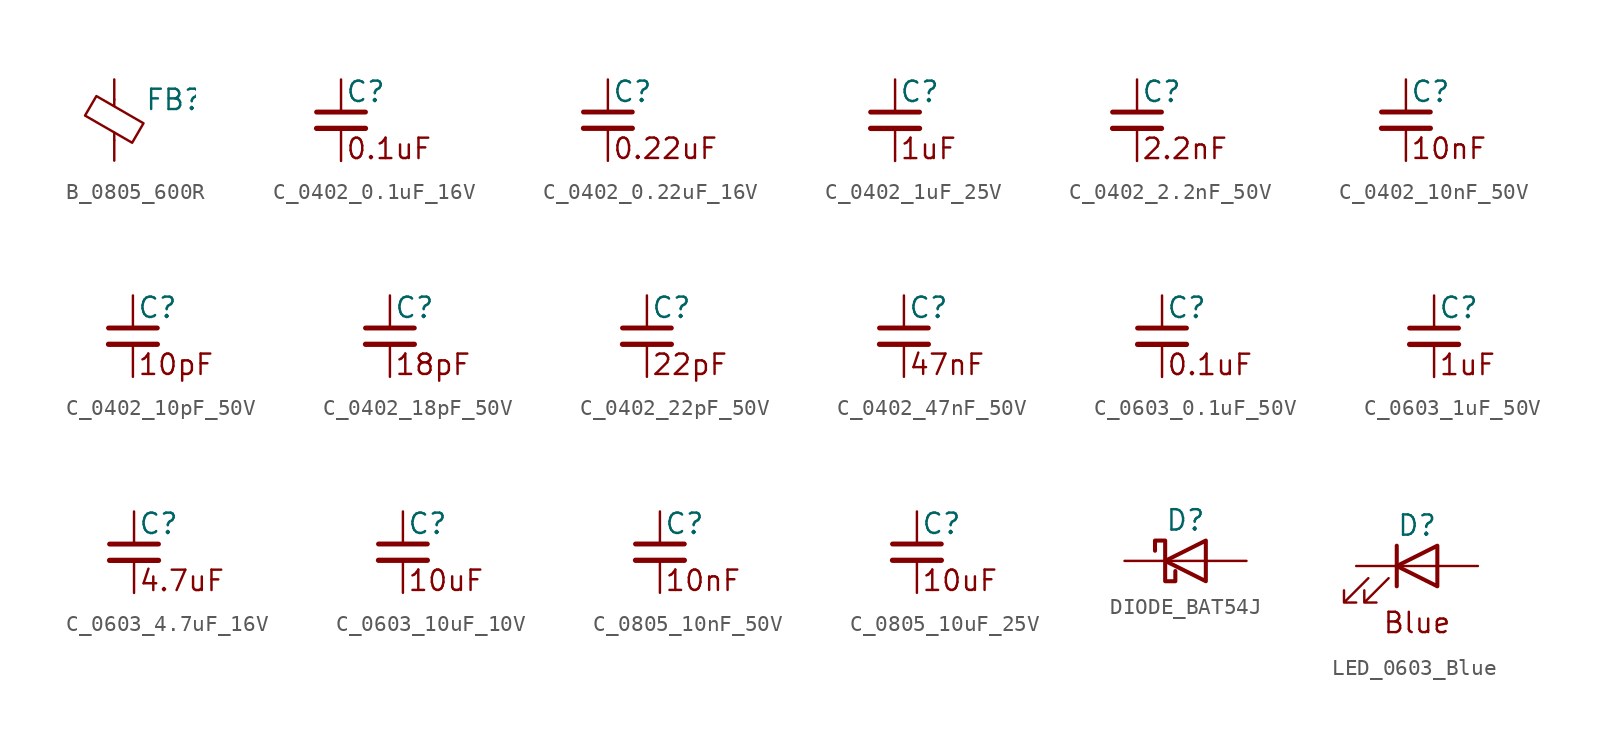
<source format=kicad_sym>
(kicad_symbol_lib
  (version 20211014)
  (generator kicad_symbol_editor)
  (symbol "B_0805_600R"
    (pin_numbers hide)
    (pin_names
      (offset 0))
    (property "Reference" "FB"
      (at 1.905 1.27 0)
      (effects (font (size 1.27 1.27)) (justify left)))
    (symbol "B_0805_600R_0_1"
      (polyline (pts (xy 0 -1.27) (xy 0 -0.787)) (stroke (width 0) (type default) (color 0 0 0 0)) (fill (type none)))
      (polyline (pts (xy 0 0.889) (xy 0 1.295)) (stroke (width 0) (type default) (color 0 0 0 0)) (fill (type none)))
      (polyline (pts (xy -1.829 0.279) (xy -1.118 1.499) (xy 1.829 -0.203) (xy 1.118 -1.422) (xy -1.829 0.279)) (stroke (width 0) (type default) (color 0 0 0 0)) (fill (type none))))
    (symbol "B_0805_600R_1_1"
      (pin passive line (at 0 2.54 270) (length 1.27) (name "~" (effects (font (size 1.27 1.27)))) (number "1" (effects (font (size 1.27 1.27)))))
      (pin passive line (at 0 -2.54 90) (length 1.27) (name "~" (effects (font (size 1.27 1.27)))) (number "2" (effects (font (size 1.27 1.27)))))))
  (symbol "C_0402_0.1uF_16V"
    (pin_numbers hide)
    (pin_names
      (offset 0.254) hide)
    (property "Reference" "C"
      (at 0.254 1.778 0)
      (effects (font (size 1.27 1.27)) (justify left)))
    (symbol "C_0402_0.1uF_16V_0_0"
      (text "0.1uF" (at 0.254 -1.778 0) (effects (font (size 1.27 1.27)) (justify left))))
    (symbol "C_0402_0.1uF_16V_0_1"
      (polyline (pts (xy -1.524 -0.508) (xy 1.524 -0.508)) (stroke (width 0.33) (type default) (color 0 0 0 0)) (fill (type none)))
      (polyline (pts (xy -1.524 0.508) (xy 1.524 0.508)) (stroke (width 0.305) (type default) (color 0 0 0 0)) (fill (type none))))
    (symbol "C_0402_0.1uF_16V_1_1"
      (pin passive line (at 0 2.54 270) (length 2.032) (name "~" (effects (font (size 1.27 1.27)))) (number "1" (effects (font (size 1.27 1.27)))))
      (pin passive line (at 0 -2.54 90) (length 2.032) (name "~" (effects (font (size 1.27 1.27)))) (number "2" (effects (font (size 1.27 1.27)))))))
  (symbol "C_0402_0.22uF_16V"
    (pin_numbers hide)
    (pin_names
      (offset 0.254) hide)
    (property "Reference" "C"
      (at 0.254 1.778 0)
      (effects (font (size 1.27 1.27)) (justify left)))
    (symbol "C_0402_0.22uF_16V_0_0"
      (text "0.22uF" (at 0.254 -1.778 0) (effects (font (size 1.27 1.27)) (justify left))))
    (symbol "C_0402_0.22uF_16V_0_1"
      (polyline (pts (xy -1.524 -0.508) (xy 1.524 -0.508)) (stroke (width 0.33) (type default) (color 0 0 0 0)) (fill (type none)))
      (polyline (pts (xy -1.524 0.508) (xy 1.524 0.508)) (stroke (width 0.305) (type default) (color 0 0 0 0)) (fill (type none))))
    (symbol "C_0402_0.22uF_16V_1_1"
      (pin passive line (at 0 2.54 270) (length 2.032) (name "~" (effects (font (size 1.27 1.27)))) (number "1" (effects (font (size 1.27 1.27)))))
      (pin passive line (at 0 -2.54 90) (length 2.032) (name "~" (effects (font (size 1.27 1.27)))) (number "2" (effects (font (size 1.27 1.27)))))))
  (symbol "C_0402_1uF_25V"
    (pin_numbers hide)
    (pin_names
      (offset 0.254) hide)
    (property "Reference" "C"
      (at 0.254 1.778 0)
      (effects (font (size 1.27 1.27)) (justify left)))
    (symbol "C_0402_1uF_25V_0_0"
      (text "1uF" (at 0.254 -1.778 0) (effects (font (size 1.27 1.27)) (justify left))))
    (symbol "C_0402_1uF_25V_0_1"
      (polyline (pts (xy -1.524 -0.508) (xy 1.524 -0.508)) (stroke (width 0.33) (type default) (color 0 0 0 0)) (fill (type none)))
      (polyline (pts (xy -1.524 0.508) (xy 1.524 0.508)) (stroke (width 0.305) (type default) (color 0 0 0 0)) (fill (type none))))
    (symbol "C_0402_1uF_25V_1_1"
      (pin passive line (at 0 2.54 270) (length 2.032) (name "~" (effects (font (size 1.27 1.27)))) (number "1" (effects (font (size 1.27 1.27)))))
      (pin passive line (at 0 -2.54 90) (length 2.032) (name "~" (effects (font (size 1.27 1.27)))) (number "2" (effects (font (size 1.27 1.27)))))))
  (symbol "C_0402_2.2nF_50V"
    (pin_numbers hide)
    (pin_names
      (offset 0.254) hide)
    (property "Reference" "C"
      (at 0.254 1.778 0)
      (effects (font (size 1.27 1.27)) (justify left)))
    (symbol "C_0402_2.2nF_50V_0_0"
      (text "2.2nF" (at 0.254 -1.778 0) (effects (font (size 1.27 1.27)) (justify left))))
    (symbol "C_0402_2.2nF_50V_0_1"
      (polyline (pts (xy -1.524 -0.508) (xy 1.524 -0.508)) (stroke (width 0.33) (type default) (color 0 0 0 0)) (fill (type none)))
      (polyline (pts (xy -1.524 0.508) (xy 1.524 0.508)) (stroke (width 0.305) (type default) (color 0 0 0 0)) (fill (type none))))
    (symbol "C_0402_2.2nF_50V_1_1"
      (pin passive line (at 0 2.54 270) (length 2.032) (name "~" (effects (font (size 1.27 1.27)))) (number "1" (effects (font (size 1.27 1.27)))))
      (pin passive line (at 0 -2.54 90) (length 2.032) (name "~" (effects (font (size 1.27 1.27)))) (number "2" (effects (font (size 1.27 1.27)))))))
  (symbol "C_0402_10nF_50V"
    (pin_numbers hide)
    (pin_names
      (offset 0.254) hide)
    (property "Reference" "C"
      (at 0.254 1.778 0)
      (effects (font (size 1.27 1.27)) (justify left)))
    (symbol "C_0402_10nF_50V_0_0"
      (text "10nF" (at 0.254 -1.778 0) (effects (font (size 1.27 1.27)) (justify left))))
    (symbol "C_0402_10nF_50V_0_1"
      (polyline (pts (xy -1.524 -0.508) (xy 1.524 -0.508)) (stroke (width 0.33) (type default) (color 0 0 0 0)) (fill (type none)))
      (polyline (pts (xy -1.524 0.508) (xy 1.524 0.508)) (stroke (width 0.305) (type default) (color 0 0 0 0)) (fill (type none))))
    (symbol "C_0402_10nF_50V_1_1"
      (pin passive line (at 0 2.54 270) (length 2.032) (name "~" (effects (font (size 1.27 1.27)))) (number "1" (effects (font (size 1.27 1.27)))))
      (pin passive line (at 0 -2.54 90) (length 2.032) (name "~" (effects (font (size 1.27 1.27)))) (number "2" (effects (font (size 1.27 1.27)))))))
  (symbol "C_0402_10pF_50V"
    (pin_numbers hide)
    (pin_names
      (offset 0.254) hide)
    (property "Reference" "C"
      (at 0.254 1.778 0)
      (effects (font (size 1.27 1.27)) (justify left)))
    (symbol "C_0402_10pF_50V_0_0"
      (text "10pF" (at 0.254 -1.778 0) (effects (font (size 1.27 1.27)) (justify left))))
    (symbol "C_0402_10pF_50V_0_1"
      (polyline (pts (xy -1.524 -0.508) (xy 1.524 -0.508)) (stroke (width 0.33) (type default) (color 0 0 0 0)) (fill (type none)))
      (polyline (pts (xy -1.524 0.508) (xy 1.524 0.508)) (stroke (width 0.305) (type default) (color 0 0 0 0)) (fill (type none))))
    (symbol "C_0402_10pF_50V_1_1"
      (pin passive line (at 0 2.54 270) (length 2.032) (name "~" (effects (font (size 1.27 1.27)))) (number "1" (effects (font (size 1.27 1.27)))))
      (pin passive line (at 0 -2.54 90) (length 2.032) (name "~" (effects (font (size 1.27 1.27)))) (number "2" (effects (font (size 1.27 1.27)))))))
  (symbol "C_0402_18pF_50V"
    (pin_numbers hide)
    (pin_names
      (offset 0.254) hide)
    (property "Reference" "C"
      (at 0.254 1.778 0)
      (effects (font (size 1.27 1.27)) (justify left)))
    (symbol "C_0402_18pF_50V_0_0"
      (text "18pF" (at 0.254 -1.778 0) (effects (font (size 1.27 1.27)) (justify left))))
    (symbol "C_0402_18pF_50V_0_1"
      (polyline (pts (xy -1.524 -0.508) (xy 1.524 -0.508)) (stroke (width 0.33) (type default) (color 0 0 0 0)) (fill (type none)))
      (polyline (pts (xy -1.524 0.508) (xy 1.524 0.508)) (stroke (width 0.305) (type default) (color 0 0 0 0)) (fill (type none))))
    (symbol "C_0402_18pF_50V_1_1"
      (pin passive line (at 0 2.54 270) (length 2.032) (name "~" (effects (font (size 1.27 1.27)))) (number "1" (effects (font (size 1.27 1.27)))))
      (pin passive line (at 0 -2.54 90) (length 2.032) (name "~" (effects (font (size 1.27 1.27)))) (number "2" (effects (font (size 1.27 1.27)))))))
  (symbol "C_0402_22pF_50V"
    (pin_numbers hide)
    (pin_names
      (offset 0.254) hide)
    (property "Reference" "C"
      (at 0.254 1.778 0)
      (effects (font (size 1.27 1.27)) (justify left)))
    (symbol "C_0402_22pF_50V_0_0"
      (text "22pF" (at 0.254 -1.778 0) (effects (font (size 1.27 1.27)) (justify left))))
    (symbol "C_0402_22pF_50V_0_1"
      (polyline (pts (xy -1.524 -0.508) (xy 1.524 -0.508)) (stroke (width 0.33) (type default) (color 0 0 0 0)) (fill (type none)))
      (polyline (pts (xy -1.524 0.508) (xy 1.524 0.508)) (stroke (width 0.305) (type default) (color 0 0 0 0)) (fill (type none))))
    (symbol "C_0402_22pF_50V_1_1"
      (pin passive line (at 0 2.54 270) (length 2.032) (name "~" (effects (font (size 1.27 1.27)))) (number "1" (effects (font (size 1.27 1.27)))))
      (pin passive line (at 0 -2.54 90) (length 2.032) (name "~" (effects (font (size 1.27 1.27)))) (number "2" (effects (font (size 1.27 1.27)))))))
  (symbol "C_0402_47nF_50V"
    (pin_numbers hide)
    (pin_names
      (offset 0.254) hide)
    (property "Reference" "C"
      (at 0.254 1.778 0)
      (effects (font (size 1.27 1.27)) (justify left)))
    (symbol "C_0402_47nF_50V_0_0"
      (text "47nF" (at 0.254 -1.778 0) (effects (font (size 1.27 1.27)) (justify left))))
    (symbol "C_0402_47nF_50V_0_1"
      (polyline (pts (xy -1.524 -0.508) (xy 1.524 -0.508)) (stroke (width 0.33) (type default) (color 0 0 0 0)) (fill (type none)))
      (polyline (pts (xy -1.524 0.508) (xy 1.524 0.508)) (stroke (width 0.305) (type default) (color 0 0 0 0)) (fill (type none))))
    (symbol "C_0402_47nF_50V_1_1"
      (pin passive line (at 0 2.54 270) (length 2.032) (name "~" (effects (font (size 1.27 1.27)))) (number "1" (effects (font (size 1.27 1.27)))))
      (pin passive line (at 0 -2.54 90) (length 2.032) (name "~" (effects (font (size 1.27 1.27)))) (number "2" (effects (font (size 1.27 1.27)))))))
  (symbol "C_0603_0.1uF_50V"
    (pin_numbers hide)
    (pin_names
      (offset 0.254) hide)
    (property "Reference" "C"
      (at 0.254 1.778 0)
      (effects (font (size 1.27 1.27)) (justify left)))
    (symbol "C_0603_0.1uF_50V_0_0"
      (text "0.1uF" (at 0.254 -1.778 0) (effects (font (size 1.27 1.27)) (justify left))))
    (symbol "C_0603_0.1uF_50V_0_1"
      (polyline (pts (xy -1.524 -0.508) (xy 1.524 -0.508)) (stroke (width 0.33) (type default) (color 0 0 0 0)) (fill (type none)))
      (polyline (pts (xy -1.524 0.508) (xy 1.524 0.508)) (stroke (width 0.305) (type default) (color 0 0 0 0)) (fill (type none))))
    (symbol "C_0603_0.1uF_50V_1_1"
      (pin passive line (at 0 2.54 270) (length 2.032) (name "~" (effects (font (size 1.27 1.27)))) (number "1" (effects (font (size 1.27 1.27)))))
      (pin passive line (at 0 -2.54 90) (length 2.032) (name "~" (effects (font (size 1.27 1.27)))) (number "2" (effects (font (size 1.27 1.27)))))))
  (symbol "C_0603_1uF_50V"
    (pin_numbers hide)
    (pin_names
      (offset 0.254) hide)
    (property "Reference" "C"
      (at 0.254 1.778 0)
      (effects (font (size 1.27 1.27)) (justify left)))
    (symbol "C_0603_1uF_50V_0_0"
      (text "1uF" (at 0.254 -1.778 0) (effects (font (size 1.27 1.27)) (justify left))))
    (symbol "C_0603_1uF_50V_0_1"
      (polyline (pts (xy -1.524 -0.508) (xy 1.524 -0.508)) (stroke (width 0.33) (type default) (color 0 0 0 0)) (fill (type none)))
      (polyline (pts (xy -1.524 0.508) (xy 1.524 0.508)) (stroke (width 0.305) (type default) (color 0 0 0 0)) (fill (type none))))
    (symbol "C_0603_1uF_50V_1_1"
      (pin passive line (at 0 2.54 270) (length 2.032) (name "~" (effects (font (size 1.27 1.27)))) (number "1" (effects (font (size 1.27 1.27)))))
      (pin passive line (at 0 -2.54 90) (length 2.032) (name "~" (effects (font (size 1.27 1.27)))) (number "2" (effects (font (size 1.27 1.27)))))))
  (symbol "C_0603_4.7uF_16V"
    (pin_numbers hide)
    (pin_names
      (offset 0.254) hide)
    (property "Reference" "C"
      (at 0.254 1.778 0)
      (effects (font (size 1.27 1.27)) (justify left)))
    (symbol "C_0603_4.7uF_16V_0_0"
      (text "4.7uF" (at 0.254 -1.778 0) (effects (font (size 1.27 1.27)) (justify left))))
    (symbol "C_0603_4.7uF_16V_0_1"
      (polyline (pts (xy -1.524 -0.508) (xy 1.524 -0.508)) (stroke (width 0.33) (type default) (color 0 0 0 0)) (fill (type none)))
      (polyline (pts (xy -1.524 0.508) (xy 1.524 0.508)) (stroke (width 0.305) (type default) (color 0 0 0 0)) (fill (type none))))
    (symbol "C_0603_4.7uF_16V_1_1"
      (pin passive line (at 0 2.54 270) (length 2.032) (name "~" (effects (font (size 1.27 1.27)))) (number "1" (effects (font (size 1.27 1.27)))))
      (pin passive line (at 0 -2.54 90) (length 2.032) (name "~" (effects (font (size 1.27 1.27)))) (number "2" (effects (font (size 1.27 1.27)))))))
  (symbol "C_0603_10uF_10V"
    (pin_numbers hide)
    (pin_names
      (offset 0.254) hide)
    (property "Reference" "C"
      (at 0.254 1.778 0)
      (effects (font (size 1.27 1.27)) (justify left)))
    (symbol "C_0603_10uF_10V_0_0"
      (text "10uF" (at 0.254 -1.778 0) (effects (font (size 1.27 1.27)) (justify left))))
    (symbol "C_0603_10uF_10V_0_1"
      (polyline (pts (xy -1.524 -0.508) (xy 1.524 -0.508)) (stroke (width 0.33) (type default) (color 0 0 0 0)) (fill (type none)))
      (polyline (pts (xy -1.524 0.508) (xy 1.524 0.508)) (stroke (width 0.305) (type default) (color 0 0 0 0)) (fill (type none))))
    (symbol "C_0603_10uF_10V_1_1"
      (pin passive line (at 0 2.54 270) (length 2.032) (name "~" (effects (font (size 1.27 1.27)))) (number "1" (effects (font (size 1.27 1.27)))))
      (pin passive line (at 0 -2.54 90) (length 2.032) (name "~" (effects (font (size 1.27 1.27)))) (number "2" (effects (font (size 1.27 1.27)))))))
  (symbol "C_0805_10nF_50V"
    (pin_numbers hide)
    (pin_names
      (offset 0.254) hide)
    (property "Reference" "C"
      (at 0.254 1.778 0)
      (effects (font (size 1.27 1.27)) (justify left)))
    (symbol "C_0805_10nF_50V_0_0"
      (text "10nF" (at 0.254 -1.778 0) (effects (font (size 1.27 1.27)) (justify left))))
    (symbol "C_0805_10nF_50V_0_1"
      (polyline (pts (xy -1.524 -0.508) (xy 1.524 -0.508)) (stroke (width 0.33) (type default) (color 0 0 0 0)) (fill (type none)))
      (polyline (pts (xy -1.524 0.508) (xy 1.524 0.508)) (stroke (width 0.305) (type default) (color 0 0 0 0)) (fill (type none))))
    (symbol "C_0805_10nF_50V_1_1"
      (pin passive line (at 0 2.54 270) (length 2.032) (name "~" (effects (font (size 1.27 1.27)))) (number "1" (effects (font (size 1.27 1.27)))))
      (pin passive line (at 0 -2.54 90) (length 2.032) (name "~" (effects (font (size 1.27 1.27)))) (number "2" (effects (font (size 1.27 1.27)))))))
  (symbol "C_0805_10uF_25V"
    (pin_numbers hide)
    (pin_names
      (offset 0.254) hide)
    (property "Reference" "C"
      (at 0.254 1.778 0)
      (effects (font (size 1.27 1.27)) (justify left)))
    (symbol "C_0805_10uF_25V_0_0"
      (text "10uF" (at 0.254 -1.778 0) (effects (font (size 1.27 1.27)) (justify left))))
    (symbol "C_0805_10uF_25V_0_1"
      (polyline (pts (xy -1.524 -0.508) (xy 1.524 -0.508)) (stroke (width 0.33) (type default) (color 0 0 0 0)) (fill (type none)))
      (polyline (pts (xy -1.524 0.508) (xy 1.524 0.508)) (stroke (width 0.305) (type default) (color 0 0 0 0)) (fill (type none))))
    (symbol "C_0805_10uF_25V_1_1"
      (pin passive line (at 0 2.54 270) (length 2.032) (name "~" (effects (font (size 1.27 1.27)))) (number "1" (effects (font (size 1.27 1.27)))))
      (pin passive line (at 0 -2.54 90) (length 2.032) (name "~" (effects (font (size 1.27 1.27)))) (number "2" (effects (font (size 1.27 1.27)))))))
  (symbol "DIODE_BAT54J"
    (pin_numbers hide)
    (pin_names hide)
    (property "Reference" "D"
      (at 0 2.54 0)
      (effects (font (size 1.27 1.27))))
    (symbol "DIODE_BAT54J_0_1"
      (polyline (pts (xy 1.27 0) (xy -1.27 0)) (stroke (width 0) (type default) (color 0 0 0 0)) (fill (type none)))
      (polyline (pts (xy 1.27 1.27) (xy 1.27 -1.27) (xy -1.27 0) (xy 1.27 1.27)) (stroke (width 0.254) (type default) (color 0 0 0 0)) (fill (type none)))
      (polyline (pts (xy -1.905 0.635) (xy -1.905 1.27) (xy -1.27 1.27) (xy -1.27 -1.27) (xy -0.635 -1.27) (xy -0.635 -0.635)) (stroke (width 0.254) (type default) (color 0 0 0 0)) (fill (type none))))
    (symbol "DIODE_BAT54J_1_1"
      (pin passive line (at -3.81 0 0) (length 2.54) (name "K" (effects (font (size 1.27 1.27)))) (number "1" (effects (font (size 1.27 1.27)))))
      (pin passive line (at 3.81 0 180) (length 2.54) (name "A" (effects (font (size 1.27 1.27)))) (number "2" (effects (font (size 1.27 1.27)))))))
  (symbol "LED_0603_Blue"
    (pin_numbers hide)
    (pin_names
      (offset 1.016) hide)
    (property "Reference" "D"
      (at 0 2.54 0)
      (effects (font (size 1.27 1.27))))
    (symbol "LED_0603_Blue_0_0"
      (text "Blue" (at 0 -3.556 0) (effects (font (size 1.27 1.27)))))
    (symbol "LED_0603_Blue_0_1"
      (polyline (pts (xy -1.27 -1.27) (xy -1.27 1.27)) (stroke (width 0.254) (type default) (color 0 0 0 0)) (fill (type none)))
      (polyline (pts (xy -1.27 0) (xy 1.27 0)) (stroke (width 0) (type default) (color 0 0 0 0)) (fill (type none)))
      (polyline (pts (xy 1.27 -1.27) (xy 1.27 1.27) (xy -1.27 0) (xy 1.27 -1.27)) (stroke (width 0.254) (type default) (color 0 0 0 0)) (fill (type none)))
      (polyline (pts (xy -3.048 -0.762) (xy -4.572 -2.286) (xy -3.81 -2.286) (xy -4.572 -2.286) (xy -4.572 -1.524)) (stroke (width 0) (type default) (color 0 0 0 0)) (fill (type none)))
      (polyline (pts (xy -1.778 -0.762) (xy -3.302 -2.286) (xy -2.54 -2.286) (xy -3.302 -2.286) (xy -3.302 -1.524)) (stroke (width 0) (type default) (color 0 0 0 0)) (fill (type none))))
    (symbol "LED_0603_Blue_1_1"
      (pin passive line (at -3.81 0 0) (length 2.54) (name "K" (effects (font (size 1.27 1.27)))) (number "1" (effects (font (size 1.27 1.27)))))
      (pin passive line (at 3.81 0 180) (length 2.54) (name "A" (effects (font (size 1.27 1.27)))) (number "2" (effects (font (size 1.27 1.27))))))))
</source>
